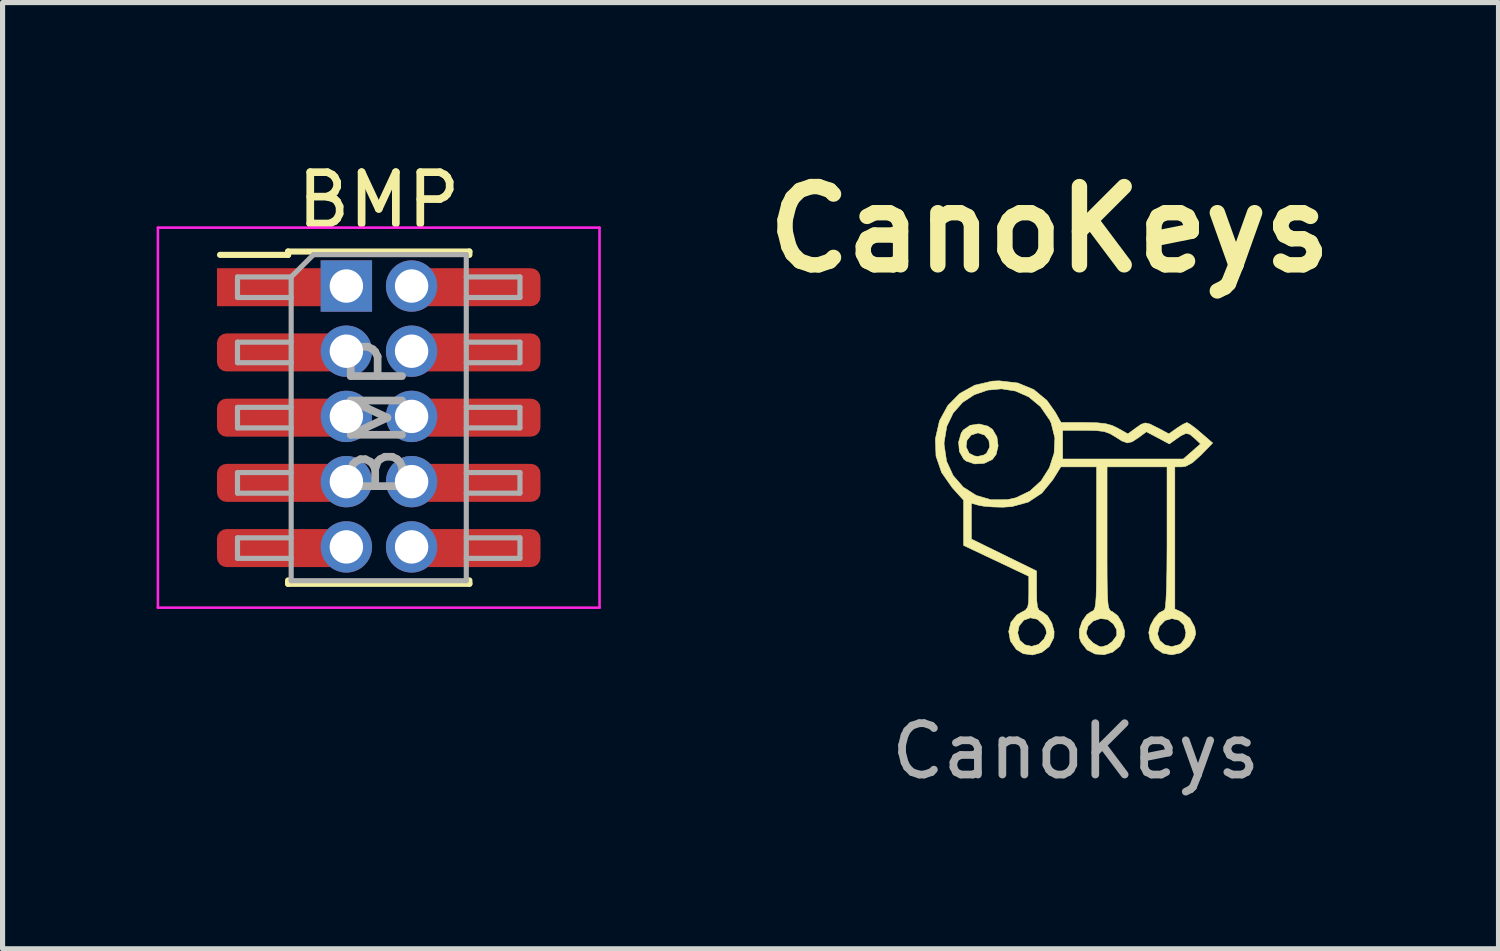
<source format=kicad_pcb>
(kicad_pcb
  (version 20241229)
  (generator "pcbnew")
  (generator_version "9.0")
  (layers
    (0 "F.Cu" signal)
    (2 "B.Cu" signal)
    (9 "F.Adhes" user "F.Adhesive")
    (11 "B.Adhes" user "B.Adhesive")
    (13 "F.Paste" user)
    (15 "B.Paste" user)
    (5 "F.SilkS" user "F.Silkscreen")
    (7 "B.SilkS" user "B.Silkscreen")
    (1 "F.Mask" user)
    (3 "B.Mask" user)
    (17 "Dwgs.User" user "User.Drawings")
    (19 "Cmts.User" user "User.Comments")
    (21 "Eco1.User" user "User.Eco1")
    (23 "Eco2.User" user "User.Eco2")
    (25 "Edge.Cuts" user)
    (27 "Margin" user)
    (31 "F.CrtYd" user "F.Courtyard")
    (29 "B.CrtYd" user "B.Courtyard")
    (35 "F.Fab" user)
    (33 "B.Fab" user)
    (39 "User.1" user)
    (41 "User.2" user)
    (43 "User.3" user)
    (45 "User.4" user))
  (footprint "BMP"
    (layer "F.Cu")
    (at 4.325 5.083)
    (property "Reference" "BMP" (at 0 -4.235 0) (layer "F.SilkS") (effects (font (size 1 1) (thickness 0.15))))
    (attr through_hole)
    (fp_line (start -3.09 -3.17) (end -1.765 -3.17) (stroke (width 0.12) (type solid)) (layer "F.SilkS"))
    (fp_line (start -1.765 -3.235) (end -1.765 -3.17) (stroke (width 0.12) (type solid)) (layer "F.SilkS"))
    (fp_line (start -1.765 -3.235) (end 1.765 -3.235) (stroke (width 0.12) (type solid)) (layer "F.SilkS"))
    (fp_line (start -1.765 3.17) (end -1.765 3.235) (stroke (width 0.12) (type solid)) (layer "F.SilkS"))
    (fp_line (start -1.765 3.235) (end 1.765 3.235) (stroke (width 0.12) (type solid)) (layer "F.SilkS"))
    (fp_line (start 1.765 -3.235) (end 1.765 -3.17) (stroke (width 0.12) (type solid)) (layer "F.SilkS"))
    (fp_line (start 1.765 3.17) (end 1.765 3.235) (stroke (width 0.12) (type solid)) (layer "F.SilkS"))
    (fp_line (start -4.3 -3.7) (end -4.3 3.7) (stroke (width 0.05) (type solid)) (layer "F.CrtYd"))
    (fp_line (start -4.3 3.7) (end 4.3 3.7) (stroke (width 0.05) (type solid)) (layer "F.CrtYd"))
    (fp_line (start 4.3 -3.7) (end -4.3 -3.7) (stroke (width 0.05) (type solid)) (layer "F.CrtYd"))
    (fp_line (start 4.3 3.7) (end 4.3 -3.7) (stroke (width 0.05) (type solid)) (layer "F.CrtYd"))
    (fp_line (start -2.75 -2.74) (end -2.75 -2.34) (stroke (width 0.1) (type solid)) (layer "F.Fab"))
    (fp_line (start -2.75 -2.34) (end -1.705 -2.34) (stroke (width 0.1) (type solid)) (layer "F.Fab"))
    (fp_line (start -2.75 -1.47) (end -2.75 -1.07) (stroke (width 0.1) (type solid)) (layer "F.Fab"))
    (fp_line (start -2.75 -1.07) (end -1.705 -1.07) (stroke (width 0.1) (type solid)) (layer "F.Fab"))
    (fp_line (start -2.75 -0.2) (end -2.75 0.2) (stroke (width 0.1) (type solid)) (layer "F.Fab"))
    (fp_line (start -2.75 0.2) (end -1.705 0.2) (stroke (width 0.1) (type solid)) (layer "F.Fab"))
    (fp_line (start -2.75 1.07) (end -2.75 1.47) (stroke (width 0.1) (type solid)) (layer "F.Fab"))
    (fp_line (start -2.75 1.47) (end -1.705 1.47) (stroke (width 0.1) (type solid)) (layer "F.Fab"))
    (fp_line (start -2.75 2.34) (end -2.75 2.74) (stroke (width 0.1) (type solid)) (layer "F.Fab"))
    (fp_line (start -2.75 2.74) (end -1.705 2.74) (stroke (width 0.1) (type solid)) (layer "F.Fab"))
    (fp_line (start -1.705 -2.74) (end -2.75 -2.74) (stroke (width 0.1) (type solid)) (layer "F.Fab"))
    (fp_line (start -1.705 -2.74) (end -1.27 -3.175) (stroke (width 0.1) (type solid)) (layer "F.Fab"))
    (fp_line (start -1.705 -1.47) (end -2.75 -1.47) (stroke (width 0.1) (type solid)) (layer "F.Fab"))
    (fp_line (start -1.705 -0.2) (end -2.75 -0.2) (stroke (width 0.1) (type solid)) (layer "F.Fab"))
    (fp_line (start -1.705 1.07) (end -2.75 1.07) (stroke (width 0.1) (type solid)) (layer "F.Fab"))
    (fp_line (start -1.705 2.34) (end -2.75 2.34) (stroke (width 0.1) (type solid)) (layer "F.Fab"))
    (fp_line (start -1.705 3.175) (end -1.705 -2.74) (stroke (width 0.1) (type solid)) (layer "F.Fab"))
    (fp_line (start -1.27 -3.175) (end 1.705 -3.175) (stroke (width 0.1) (type solid)) (layer "F.Fab"))
    (fp_line (start 1.705 -3.175) (end 1.705 3.175) (stroke (width 0.1) (type solid)) (layer "F.Fab"))
    (fp_line (start 1.705 -2.74) (end 2.75 -2.74) (stroke (width 0.1) (type solid)) (layer "F.Fab"))
    (fp_line (start 1.705 -1.47) (end 2.75 -1.47) (stroke (width 0.1) (type solid)) (layer "F.Fab"))
    (fp_line (start 1.705 -0.2) (end 2.75 -0.2) (stroke (width 0.1) (type solid)) (layer "F.Fab"))
    (fp_line (start 1.705 1.07) (end 2.75 1.07) (stroke (width 0.1) (type solid)) (layer "F.Fab"))
    (fp_line (start 1.705 2.34) (end 2.75 2.34) (stroke (width 0.1) (type solid)) (layer "F.Fab"))
    (fp_line (start 1.705 3.175) (end -1.705 3.175) (stroke (width 0.1) (type solid)) (layer "F.Fab"))
    (fp_line (start 2.75 -2.74) (end 2.75 -2.34) (stroke (width 0.1) (type solid)) (layer "F.Fab"))
    (fp_line (start 2.75 -2.34) (end 1.705 -2.34) (stroke (width 0.1) (type solid)) (layer "F.Fab"))
    (fp_line (start 2.75 -1.47) (end 2.75 -1.07) (stroke (width 0.1) (type solid)) (layer "F.Fab"))
    (fp_line (start 2.75 -1.07) (end 1.705 -1.07) (stroke (width 0.1) (type solid)) (layer "F.Fab"))
    (fp_line (start 2.75 -0.2) (end 2.75 0.2) (stroke (width 0.1) (type solid)) (layer "F.Fab"))
    (fp_line (start 2.75 0.2) (end 1.705 0.2) (stroke (width 0.1) (type solid)) (layer "F.Fab"))
    (fp_line (start 2.75 1.07) (end 2.75 1.47) (stroke (width 0.1) (type solid)) (layer "F.Fab"))
    (fp_line (start 2.75 1.47) (end 1.705 1.47) (stroke (width 0.1) (type solid)) (layer "F.Fab"))
    (fp_line (start 2.75 2.34) (end 2.75 2.74) (stroke (width 0.1) (type solid)) (layer "F.Fab"))
    (fp_line (start 2.75 2.74) (end 1.705 2.74) (stroke (width 0.1) (type solid)) (layer "F.Fab"))
    (fp_text user "${REFERENCE}" (at 0 0 90) (layer "F.Fab") (effects (font (size 1 1) (thickness 0.15))))
    (pad "1" smd rect (at -1.95 -2.54) (size 2.4 0.74) (layers "F.Cu" "F.Mask" "F.Paste"))
    (pad "1" thru_hole rect (at -0.63 -2.563) (size 1 1) (drill 0.65) (layers "*.Cu" "*.Mask"))
    (pad "2" thru_hole oval (at 0.64 -2.563) (size 1 1) (drill 0.65) (layers "*.Cu" "*.Mask"))
    (pad "2" smd roundrect (at 1.95 -2.54) (size 2.4 0.74) (layers "F.Cu" "F.Mask" "F.Paste") (roundrect_rratio 0.25))
    (pad "3" smd roundrect (at -1.95 -1.27) (size 2.4 0.74) (layers "F.Cu" "F.Mask" "F.Paste") (roundrect_rratio 0.25))
    (pad "3" thru_hole oval (at -0.63 -1.294) (size 1 1) (drill 0.65) (layers "*.Cu" "*.Mask"))
    (pad "4" thru_hole oval (at 0.64 -1.294) (size 1 1) (drill 0.65) (layers "*.Cu" "*.Mask"))
    (pad "4" smd roundrect (at 1.95 -1.27) (size 2.4 0.74) (layers "F.Cu" "F.Mask" "F.Paste") (roundrect_rratio 0.25))
    (pad "5" smd roundrect (at -1.95 0) (size 2.4 0.74) (layers "F.Cu" "F.Mask" "F.Paste") (roundrect_rratio 0.25))
    (pad "5" thru_hole oval (at -0.63 -0.024) (size 1 1) (drill 0.65) (layers "*.Cu" "*.Mask"))
    (pad "6" thru_hole oval (at 0.64 -0.024) (size 1 1) (drill 0.65) (layers "*.Cu" "*.Mask"))
    (pad "6" smd roundrect (at 1.95 0) (size 2.4 0.74) (layers "F.Cu" "F.Mask" "F.Paste") (roundrect_rratio 0.25))
    (pad "7" smd roundrect (at -1.95 1.27) (size 2.4 0.74) (layers "F.Cu" "F.Mask" "F.Paste") (roundrect_rratio 0.25))
    (pad "7" thru_hole oval (at -0.63 1.246) (size 1 1) (drill 0.65) (layers "*.Cu" "*.Mask"))
    (pad "8" thru_hole oval (at 0.64 1.246) (size 1 1) (drill 0.65) (layers "*.Cu" "*.Mask"))
    (pad "8" smd roundrect (at 1.95 1.27) (size 2.4 0.74) (layers "F.Cu" "F.Mask" "F.Paste") (roundrect_rratio 0.25))
    (pad "9" smd roundrect (at -1.95 2.54) (size 2.4 0.74) (layers "F.Cu" "F.Mask" "F.Paste") (roundrect_rratio 0.25))
    (pad "9" thru_hole oval (at -0.63 2.517) (size 1 1) (drill 0.65) (layers "*.Cu" "*.Mask"))
    (pad "10" thru_hole oval (at 0.64 2.517) (size 1 1) (drill 0.65) (layers "*.Cu" "*.Mask"))
    (pad "10" smd roundrect (at 1.95 2.54) (size 2.4 0.74) (layers "F.Cu" "F.Mask" "F.Paste") (roundrect_rratio 0.25)))
  (footprint "CanoKeys"
    (layer "F.Cu")
    (at 17.898 6.498)
    (property "Reference" "CanoKeys" (at -0.508 -5.08 0) (layer "F.SilkS") (effects (font (size 1.524 1.524) (thickness 0.3))))
    (attr exclude_from_pos_files exclude_from_bom)
    (fp_poly (pts (xy -1.713 -1.25) (xy -1.619 -1.185) (xy -1.534 -1.039) (xy -1.511 -0.864) (xy -1.551 -0.697) (xy -1.626 -0.599) (xy -1.786 -0.524) (xy -1.97 -0.514) (xy -2.135 -0.57) (xy -2.184 -0.61) (xy -2.266 -0.756) (xy -2.273 -0.845) (xy -2.135 -0.845) (xy -2.075 -0.723) (xy -2.073 -0.721) (xy -1.974 -0.67) (xy -1.905 -0.66) (xy -1.788 -0.688) (xy -1.737 -0.721) (xy -1.675 -0.843) (xy -1.691 -0.972) (xy -1.772 -1.075) (xy -1.902 -1.118) (xy -1.905 -1.118) (xy -2.036 -1.076) (xy -2.118 -0.974) (xy -2.135 -0.845) (xy -2.273 -0.845) (xy -2.281 -0.938) (xy -2.23 -1.114) (xy -2.191 -1.173) (xy -2.056 -1.266) (xy -1.884 -1.292) (xy -1.713 -1.25)) (stroke (width 0.01) (type solid)) (fill yes) (layer "F.SilkS"))
    (fp_poly (pts (xy -1.128 -2.09) (xy -0.817 -1.962) (xy -0.561 -1.75) (xy -0.398 -1.521) (xy -0.286 -1.321) (xy 0.168 -1.321) (xy 0.409 -1.316) (xy 0.58 -1.298) (xy 0.711 -1.262) (xy 0.819 -1.21) (xy 1.016 -1.099) (xy 1.166 -1.21) (xy 1.274 -1.285) (xy 1.353 -1.312) (xy 1.443 -1.292) (xy 1.579 -1.224) (xy 1.606 -1.211) (xy 1.814 -1.1) (xy 1.969 -1.21) (xy 2.081 -1.282) (xy 2.159 -1.318) (xy 2.167 -1.319) (xy 2.225 -1.287) (xy 2.334 -1.207) (xy 2.438 -1.119) (xy 2.667 -0.921) (xy 2.441 -0.689) (xy 2.276 -0.54) (xy 2.144 -0.468) (xy 2.072 -0.457) (xy 1.93 -0.457) (xy 1.93 2.312) (xy 2.075 2.376) (xy 2.223 2.492) (xy 2.317 2.665) (xy 2.337 2.792) (xy 2.305 2.891) (xy 2.228 3.016) (xy 2.205 3.044) (xy 2.049 3.164) (xy 1.871 3.204) (xy 1.696 3.171) (xy 1.547 3.073) (xy 1.449 2.92) (xy 1.427 2.795) (xy 1.593 2.795) (xy 1.635 2.922) (xy 1.734 3.01) (xy 1.869 3.044) (xy 2.016 3.005) (xy 2.054 2.981) (xy 2.124 2.88) (xy 2.146 2.769) (xy 2.106 2.621) (xy 2.006 2.529) (xy 1.874 2.498) (xy 1.739 2.535) (xy 1.631 2.648) (xy 1.63 2.648) (xy 1.593 2.795) (xy 1.427 2.795) (xy 1.422 2.769) (xy 1.453 2.636) (xy 1.528 2.497) (xy 1.624 2.386) (xy 1.719 2.337) (xy 1.725 2.337) (xy 1.743 2.289) (xy 1.757 2.143) (xy 1.768 1.9) (xy 1.775 1.557) (xy 1.778 1.114) (xy 1.778 0.94) (xy 1.778 -0.457) (xy 0.61 -0.457) (xy 0.61 0.936) (xy 0.61 1.349) (xy 0.611 1.671) (xy 0.614 1.914) (xy 0.62 2.09) (xy 0.629 2.211) (xy 0.643 2.287) (xy 0.662 2.33) (xy 0.687 2.352) (xy 0.714 2.363) (xy 0.817 2.441) (xy 0.903 2.579) (xy 0.951 2.736) (xy 0.949 2.853) (xy 0.861 3.035) (xy 0.72 3.151) (xy 0.551 3.202) (xy 0.376 3.187) (xy 0.219 3.106) (xy 0.104 2.958) (xy 0.071 2.866) (xy 0.071 2.78) (xy 0.203 2.78) (xy 0.245 2.878) (xy 0.343 2.976) (xy 0.459 3.04) (xy 0.508 3.048) (xy 0.619 3.014) (xy 0.711 2.946) (xy 0.798 2.829) (xy 0.797 2.715) (xy 0.734 2.602) (xy 0.62 2.513) (xy 0.479 2.498) (xy 0.342 2.545) (xy 0.24 2.646) (xy 0.203 2.78) (xy 0.071 2.78) (xy 0.07 2.714) (xy 0.125 2.552) (xy 0.216 2.42) (xy 0.302 2.363) (xy 0.333 2.35) (xy 0.357 2.326) (xy 0.375 2.279) (xy 0.388 2.197) (xy 0.397 2.069) (xy 0.402 1.884) (xy 0.405 1.631) (xy 0.406 1.297) (xy 0.406 0.936) (xy 0.406 -0.457) (xy 0.058 -0.457) (xy -0.29 -0.457) (xy -0.444 -0.209) (xy -0.66 0.055) (xy -0.925 0.23) (xy -1.243 0.317) (xy -1.421 0.329) (xy -1.618 0.324) (xy -1.794 0.309) (xy -1.892 0.291) (xy -2.032 0.252) (xy -2.032 0.949) (xy -1.397 1.26) (xy -0.762 1.571) (xy -0.762 1.951) (xy -0.759 2.147) (xy -0.746 2.266) (xy -0.718 2.329) (xy -0.668 2.36) (xy -0.658 2.363) (xy -0.551 2.443) (xy -0.466 2.584) (xy -0.421 2.747) (xy -0.426 2.866) (xy -0.515 3.041) (xy -0.662 3.157) (xy -0.841 3.206) (xy -1.024 3.181) (xy -1.158 3.097) (xy -1.272 2.933) (xy -1.3 2.777) (xy -1.13 2.777) (xy -1.09 2.92) (xy -0.989 3.009) (xy -0.857 3.038) (xy -0.723 3.001) (xy -0.615 2.891) (xy -0.614 2.889) (xy -0.568 2.783) (xy -0.583 2.696) (xy -0.626 2.622) (xy -0.746 2.511) (xy -0.883 2.483) (xy -1.011 2.529) (xy -1.102 2.64) (xy -1.13 2.777) (xy -1.3 2.777) (xy -1.305 2.749) (xy -1.262 2.571) (xy -1.146 2.427) (xy -1.061 2.377) (xy -0.981 2.335) (xy -0.937 2.279) (xy -0.918 2.181) (xy -0.914 2.014) (xy -0.914 1.993) (xy -0.914 1.674) (xy -2.184 1.073) (xy -2.184 0.193) (xy -2.406 -0.053) (xy -2.612 -0.348) (xy -2.721 -0.666) (xy -2.729 -0.889) (xy -2.563 -0.889) (xy -2.515 -0.566) (xy -2.386 -0.286) (xy -2.189 -0.061) (xy -1.938 0.099) (xy -1.648 0.184) (xy -1.332 0.182) (xy -1.164 0.145) (xy -0.893 0.015) (xy -0.673 -0.186) (xy -0.513 -0.439) (xy -0.421 -0.722) (xy -0.406 -1.018) (xy -0.443 -1.168) (xy -0.254 -1.168) (xy -0.254 -0.61) (xy 2.095 -0.61) (xy 2.43 -0.904) (xy 2.317 -1.011) (xy 2.221 -1.091) (xy 2.145 -1.108) (xy 2.05 -1.063) (xy 1.973 -1.01) (xy 1.823 -0.903) (xy 1.6 -1.022) (xy 1.376 -1.14) (xy 1.224 -1.027) (xy 1.1 -0.946) (xy 1.005 -0.923) (xy 0.899 -0.961) (xy 0.773 -1.041) (xy 0.663 -1.106) (xy 0.551 -1.145) (xy 0.405 -1.163) (xy 0.192 -1.168) (xy 0.166 -1.168) (xy -0.254 -1.168) (xy -0.443 -1.168) (xy -0.477 -1.305) (xy -0.505 -1.366) (xy -0.688 -1.631) (xy -0.915 -1.819) (xy -1.173 -1.933) (xy -1.444 -1.976) (xy -1.716 -1.951) (xy -1.974 -1.862) (xy -2.202 -1.713) (xy -2.386 -1.506) (xy -2.511 -1.245) (xy -2.563 -0.934) (xy -2.563 -0.889) (xy -2.729 -0.889) (xy -2.733 -1.003) (xy -2.653 -1.354) (xy -2.491 -1.651) (xy -2.259 -1.885) (xy -1.967 -2.047) (xy -1.626 -2.126) (xy -1.492 -2.132) (xy -1.128 -2.09)) (stroke (width 0.01) (type solid)) (fill yes) (layer "F.SilkS"))
    (fp_text user "${REFERENCE}" (at 0 5.08 0) (layer "F.Fab") (effects (font (size 1 1) (thickness 0.15)))))
  (gr_rect
    (start -3 -3)
    (end 26.131 15.426)
    (stroke (width 0.1) (type default))
    (fill no)
    (layer "Edge.Cuts")))
</source>
